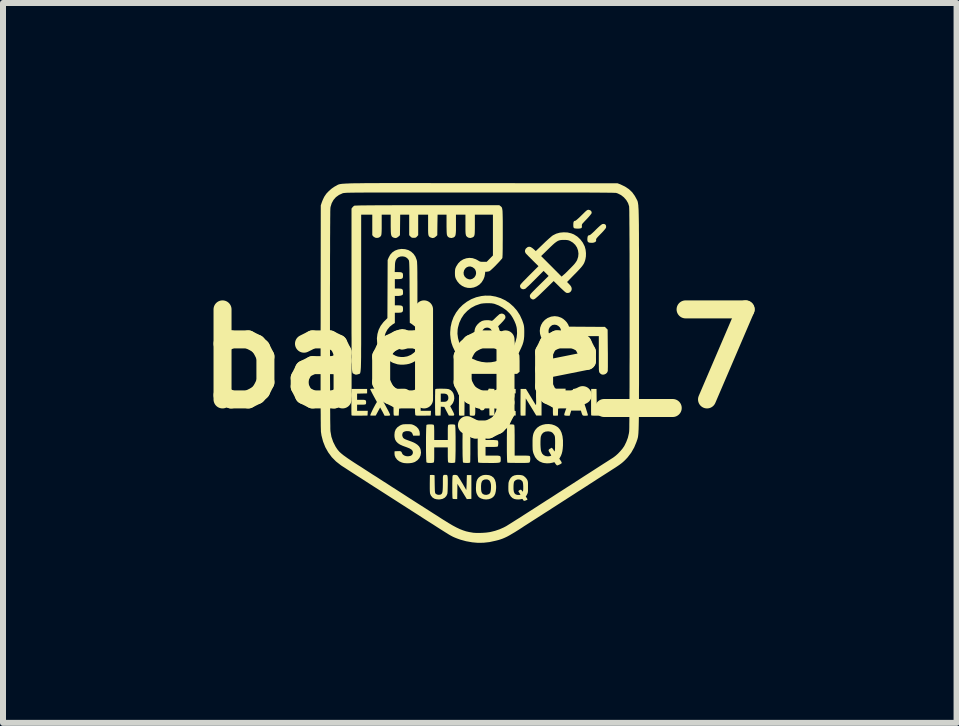
<source format=kicad_pcb>
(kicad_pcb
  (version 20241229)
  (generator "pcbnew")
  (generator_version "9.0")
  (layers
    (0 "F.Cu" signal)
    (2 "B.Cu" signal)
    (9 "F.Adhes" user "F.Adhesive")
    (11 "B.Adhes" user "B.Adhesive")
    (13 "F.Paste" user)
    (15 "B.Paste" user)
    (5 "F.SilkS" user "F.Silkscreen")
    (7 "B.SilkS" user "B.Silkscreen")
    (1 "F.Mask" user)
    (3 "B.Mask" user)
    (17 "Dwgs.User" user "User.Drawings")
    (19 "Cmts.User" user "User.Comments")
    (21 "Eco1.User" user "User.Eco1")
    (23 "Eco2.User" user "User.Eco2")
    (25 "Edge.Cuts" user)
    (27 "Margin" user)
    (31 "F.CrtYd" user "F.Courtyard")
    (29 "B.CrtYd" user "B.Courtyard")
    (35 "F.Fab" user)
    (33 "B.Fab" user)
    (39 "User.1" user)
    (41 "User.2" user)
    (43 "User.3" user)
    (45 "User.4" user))
  (footprint "badge_7"
    (layer "F.Cu")
    (at 4.943 2.926)
    (property "Reference" "badge_7" (at 0 0 0) (layer "F.SilkS") (effects (font (size 1.5 1.5) (thickness 0.3))))
    (attr board_only exclude_from_pos_files exclude_from_bom)
    (fp_poly (pts (xy 1.947 0.685) (xy 1.949 0.868) (xy 2.039 0.87) (xy 2.13 0.872) (xy 2.13 0.909) (xy 2.13 0.947) (xy 1.995 0.949) (xy 1.946 0.949) (xy 1.909 0.949) (xy 1.884 0.948) (xy 1.867 0.947) (xy 1.858 0.944) (xy 1.856 0.942) (xy 1.855 0.933) (xy 1.855 0.912) (xy 1.854 0.881) (xy 1.854 0.842) (xy 1.854 0.796) (xy 1.854 0.744) (xy 1.854 0.718) (xy 1.856 0.503) (xy 1.901 0.503) (xy 1.945 0.503)) (stroke (width 0) (type solid)) (fill yes) (layer "F.SilkS"))
    (fp_poly (pts (xy -0.266 0.501) (xy -0.26 0.506) (xy -0.256 0.514) (xy -0.256 0.525) (xy -0.255 0.547) (xy -0.254 0.58) (xy -0.254 0.62) (xy -0.254 0.667) (xy -0.254 0.719) (xy -0.254 0.738) (xy -0.256 0.947) (xy -0.299 0.949) (xy -0.326 0.949) (xy -0.341 0.946) (xy -0.345 0.942) (xy -0.346 0.933) (xy -0.347 0.912) (xy -0.347 0.881) (xy -0.348 0.842) (xy -0.348 0.796) (xy -0.347 0.744) (xy -0.347 0.718) (xy -0.345 0.503) (xy -0.303 0.5) (xy -0.279 0.5)) (stroke (width 0) (type solid)) (fill yes) (layer "F.SilkS"))
    (fp_poly (pts (xy -1.241 -0.488) (xy -1.198 -0.469) (xy -1.163 -0.441) (xy -1.136 -0.402) (xy -1.124 -0.37) (xy -1.117 -0.325) (xy -1.123 -0.282) (xy -1.14 -0.241) (xy -1.167 -0.206) (xy -1.201 -0.178) (xy -1.243 -0.16) (xy -1.252 -0.158) (xy -1.278 -0.153) (xy -1.298 -0.151) (xy -1.316 -0.154) (xy -1.34 -0.162) (xy -1.346 -0.163) (xy -1.387 -0.184) (xy -1.42 -0.214) (xy -1.444 -0.25) (xy -1.457 -0.291) (xy -1.46 -0.334) (xy -1.452 -0.377) (xy -1.432 -0.418) (xy -1.419 -0.435) (xy -1.384 -0.467) (xy -1.343 -0.486) (xy -1.296 -0.494) (xy -1.289 -0.494)) (stroke (width 0) (type solid)) (fill yes) (layer "F.SilkS"))
    (fp_poly (pts (xy 1.256 0.499) (xy 1.266 0.499) (xy 1.43 0.499) (xy 1.428 0.542) (xy 1.426 0.585) (xy 1.367 0.585) (xy 1.309 0.586) (xy 1.306 0.767) (xy 1.302 0.947) (xy 1.265 0.949) (xy 1.243 0.949) (xy 1.227 0.948) (xy 1.222 0.946) (xy 1.221 0.938) (xy 1.219 0.919) (xy 1.218 0.889) (xy 1.218 0.851) (xy 1.217 0.807) (xy 1.217 0.765) (xy 1.217 0.588) (xy 1.169 0.588) (xy 1.145 0.588) (xy 1.126 0.588) (xy 1.116 0.587) (xy 1.116 0.587) (xy 1.103 0.58) (xy 1.095 0.561) (xy 1.094 0.547) (xy 1.094 0.532) (xy 1.095 0.521) (xy 1.098 0.512) (xy 1.105 0.507) (xy 1.118 0.503) (xy 1.138 0.5) (xy 1.166 0.499) (xy 1.205 0.499)) (stroke (width 0) (type solid)) (fill yes) (layer "F.SilkS"))
    (fp_poly (pts (xy 2.089 -2.238) (xy 2.102 -2.221) (xy 2.105 -2.196) (xy 2.103 -2.183) (xy 2.096 -2.171) (xy 2.081 -2.152) (xy 2.059 -2.126) (xy 2.031 -2.096) (xy 2.016 -2.081) (xy 1.986 -2.05) (xy 1.964 -2.027) (xy 1.95 -2.01) (xy 1.941 -1.998) (xy 1.938 -1.99) (xy 1.938 -1.982) (xy 1.938 -1.982) (xy 1.938 -1.961) (xy 1.925 -1.945) (xy 1.901 -1.935) (xy 1.88 -1.931) (xy 1.854 -1.931) (xy 1.83 -1.933) (xy 1.82 -1.935) (xy 1.804 -1.944) (xy 1.795 -1.958) (xy 1.792 -1.981) (xy 1.793 -2.011) (xy 1.798 -2.037) (xy 1.807 -2.052) (xy 1.823 -2.058) (xy 1.829 -2.058) (xy 1.839 -2.063) (xy 1.857 -2.077) (xy 1.883 -2.1) (xy 1.914 -2.129) (xy 1.931 -2.147) (xy 1.965 -2.18) (xy 1.994 -2.207) (xy 2.018 -2.227) (xy 2.036 -2.24) (xy 2.042 -2.243) (xy 2.068 -2.246)) (stroke (width 0) (type solid)) (fill yes) (layer "F.SilkS"))
    (fp_poly (pts (xy -1.877 0.54) (xy -1.877 0.578) (xy -1.961 0.58) (xy -2.044 0.582) (xy -2.044 0.633) (xy -2.044 0.684) (xy -1.977 0.684) (xy -1.942 0.684) (xy -1.918 0.687) (xy -1.904 0.692) (xy -1.897 0.701) (xy -1.894 0.716) (xy -1.894 0.722) (xy -1.894 0.741) (xy -1.897 0.753) (xy -1.905 0.761) (xy -1.921 0.764) (xy -1.945 0.766) (xy -1.973 0.766) (xy -2.044 0.766) (xy -2.044 0.817) (xy -2.044 0.868) (xy -1.955 0.868) (xy -1.866 0.868) (xy -1.868 0.908) (xy -1.87 0.947) (xy -2.002 0.949) (xy -2.05 0.949) (xy -2.086 0.949) (xy -2.111 0.948) (xy -2.127 0.947) (xy -2.135 0.944) (xy -2.137 0.942) (xy -2.138 0.933) (xy -2.138 0.912) (xy -2.139 0.881) (xy -2.139 0.842) (xy -2.139 0.796) (xy -2.139 0.744) (xy -2.138 0.718) (xy -2.137 0.503) (xy -2.007 0.503) (xy -1.877 0.503)) (stroke (width 0) (type solid)) (fill yes) (layer "F.SilkS"))
    (fp_poly (pts (xy 0.987 0.501) (xy 1.029 0.503) (xy 1.029 0.725) (xy 1.029 0.947) (xy 0.985 0.947) (xy 0.941 0.947) (xy 0.854 0.804) (xy 0.766 0.661) (xy 0.764 0.804) (xy 0.762 0.947) (xy 0.723 0.949) (xy 0.697 0.949) (xy 0.683 0.946) (xy 0.68 0.942) (xy 0.679 0.933) (xy 0.679 0.912) (xy 0.678 0.881) (xy 0.678 0.842) (xy 0.678 0.796) (xy 0.678 0.744) (xy 0.678 0.718) (xy 0.68 0.503) (xy 0.725 0.503) (xy 0.769 0.503) (xy 0.846 0.629) (xy 0.869 0.667) (xy 0.89 0.702) (xy 0.908 0.731) (xy 0.921 0.753) (xy 0.93 0.766) (xy 0.931 0.768) (xy 0.934 0.771) (xy 0.937 0.767) (xy 0.938 0.757) (xy 0.939 0.737) (xy 0.939 0.706) (xy 0.938 0.663) (xy 0.938 0.662) (xy 0.937 0.622) (xy 0.937 0.584) (xy 0.938 0.553) (xy 0.939 0.53) (xy 0.94 0.521) (xy 0.944 0.498)) (stroke (width 0) (type solid)) (fill yes) (layer "F.SilkS"))
    (fp_poly (pts (xy 1.816 -2.481) (xy 1.84 -2.473) (xy 1.857 -2.458) (xy 1.864 -2.437) (xy 1.863 -2.424) (xy 1.856 -2.413) (xy 1.841 -2.393) (xy 1.82 -2.368) (xy 1.793 -2.338) (xy 1.778 -2.322) (xy 1.749 -2.292) (xy 1.728 -2.269) (xy 1.713 -2.253) (xy 1.705 -2.241) (xy 1.701 -2.231) (xy 1.7 -2.222) (xy 1.701 -2.212) (xy 1.701 -2.192) (xy 1.696 -2.18) (xy 1.692 -2.176) (xy 1.677 -2.171) (xy 1.654 -2.168) (xy 1.627 -2.167) (xy 1.6 -2.169) (xy 1.579 -2.172) (xy 1.57 -2.176) (xy 1.563 -2.185) (xy 1.559 -2.199) (xy 1.558 -2.224) (xy 1.558 -2.231) (xy 1.559 -2.263) (xy 1.565 -2.284) (xy 1.575 -2.295) (xy 1.588 -2.297) (xy 1.599 -2.302) (xy 1.618 -2.317) (xy 1.645 -2.341) (xy 1.68 -2.374) (xy 1.696 -2.39) (xy 1.729 -2.422) (xy 1.753 -2.446) (xy 1.771 -2.462) (xy 1.785 -2.473) (xy 1.795 -2.478) (xy 1.804 -2.481) (xy 1.813 -2.481)) (stroke (width 0) (type solid)) (fill yes) (layer "F.SilkS"))
    (fp_poly (pts (xy -0.199 1.094) (xy -0.178 1.096) (xy -0.166 1.099) (xy -0.164 1.104) (xy -0.162 1.116) (xy -0.161 1.136) (xy -0.16 1.165) (xy -0.159 1.203) (xy -0.158 1.252) (xy -0.157 1.313) (xy -0.157 1.386) (xy -0.157 1.414) (xy -0.157 1.477) (xy -0.157 1.537) (xy -0.157 1.591) (xy -0.158 1.638) (xy -0.158 1.677) (xy -0.159 1.706) (xy -0.16 1.724) (xy -0.161 1.73) (xy -0.17 1.733) (xy -0.188 1.736) (xy -0.212 1.737) (xy -0.237 1.736) (xy -0.259 1.734) (xy -0.275 1.731) (xy -0.279 1.728) (xy -0.281 1.72) (xy -0.283 1.699) (xy -0.284 1.668) (xy -0.286 1.628) (xy -0.287 1.582) (xy -0.287 1.53) (xy -0.288 1.475) (xy -0.288 1.418) (xy -0.288 1.361) (xy -0.287 1.306) (xy -0.287 1.254) (xy -0.286 1.207) (xy -0.284 1.166) (xy -0.283 1.134) (xy -0.281 1.113) (xy -0.279 1.102) (xy -0.279 1.102) (xy -0.268 1.098) (xy -0.248 1.095) (xy -0.224 1.094)) (stroke (width 0) (type solid)) (fill yes) (layer "F.SilkS"))
    (fp_poly (pts (xy 0.598 0.54) (xy 0.598 0.578) (xy 0.514 0.58) (xy 0.431 0.582) (xy 0.431 0.633) (xy 0.431 0.684) (xy 0.499 0.684) (xy 0.53 0.684) (xy 0.551 0.685) (xy 0.563 0.687) (xy 0.569 0.691) (xy 0.573 0.698) (xy 0.575 0.702) (xy 0.578 0.721) (xy 0.577 0.743) (xy 0.573 0.766) (xy 0.503 0.766) (xy 0.473 0.766) (xy 0.45 0.767) (xy 0.434 0.768) (xy 0.43 0.769) (xy 0.429 0.776) (xy 0.429 0.794) (xy 0.43 0.818) (xy 0.43 0.82) (xy 0.432 0.868) (xy 0.515 0.87) (xy 0.598 0.872) (xy 0.598 0.909) (xy 0.598 0.947) (xy 0.47 0.949) (xy 0.423 0.949) (xy 0.387 0.949) (xy 0.363 0.948) (xy 0.347 0.946) (xy 0.34 0.944) (xy 0.338 0.942) (xy 0.337 0.933) (xy 0.337 0.912) (xy 0.336 0.881) (xy 0.336 0.842) (xy 0.336 0.796) (xy 0.336 0.744) (xy 0.337 0.718) (xy 0.338 0.503) (xy 0.468 0.503) (xy 0.598 0.503)) (stroke (width 0) (type solid)) (fill yes) (layer "F.SilkS"))
    (fp_poly (pts (xy -0.395 1.937) (xy -0.378 1.942) (xy -0.375 1.943) (xy -0.368 1.952) (xy -0.356 1.969) (xy -0.34 1.994) (xy -0.321 2.024) (xy -0.301 2.057) (xy -0.281 2.09) (xy -0.263 2.122) (xy -0.247 2.149) (xy -0.235 2.17) (xy -0.231 2.179) (xy -0.228 2.184) (xy -0.225 2.182) (xy -0.223 2.173) (xy -0.222 2.155) (xy -0.221 2.126) (xy -0.219 2.086) (xy -0.219 2.068) (xy -0.215 1.938) (xy -0.178 1.938) (xy -0.14 1.938) (xy -0.14 2.137) (xy -0.14 2.335) (xy -0.178 2.337) (xy -0.216 2.339) (xy -0.294 2.211) (xy -0.373 2.084) (xy -0.374 2.211) (xy -0.376 2.338) (xy -0.413 2.338) (xy -0.437 2.337) (xy -0.45 2.333) (xy -0.454 2.327) (xy -0.455 2.318) (xy -0.456 2.297) (xy -0.457 2.266) (xy -0.458 2.227) (xy -0.458 2.181) (xy -0.458 2.134) (xy -0.458 2.074) (xy -0.457 2.026) (xy -0.456 1.99) (xy -0.455 1.965) (xy -0.452 1.95) (xy -0.45 1.943) (xy -0.437 1.937) (xy -0.416 1.935)) (stroke (width 0) (type solid)) (fill yes) (layer "F.SilkS"))
    (fp_poly (pts (xy -0.96 0.5) (xy -0.939 0.501) (xy -0.817 0.503) (xy -0.817 0.54) (xy -0.817 0.578) (xy -0.901 0.58) (xy -0.985 0.582) (xy -0.985 0.633) (xy -0.985 0.684) (xy -0.913 0.684) (xy -0.88 0.684) (xy -0.857 0.686) (xy -0.844 0.69) (xy -0.837 0.698) (xy -0.834 0.711) (xy -0.834 0.725) (xy -0.835 0.742) (xy -0.838 0.754) (xy -0.846 0.761) (xy -0.862 0.764) (xy -0.887 0.766) (xy -0.913 0.766) (xy -0.985 0.766) (xy -0.985 0.817) (xy -0.985 0.868) (xy -0.899 0.868) (xy -0.813 0.868) (xy -0.815 0.908) (xy -0.817 0.947) (xy -0.94 0.949) (xy -0.989 0.949) (xy -1.025 0.949) (xy -1.05 0.948) (xy -1.065 0.945) (xy -1.072 0.942) (xy -1.075 0.933) (xy -1.077 0.912) (xy -1.079 0.882) (xy -1.08 0.844) (xy -1.081 0.801) (xy -1.081 0.754) (xy -1.081 0.706) (xy -1.081 0.659) (xy -1.08 0.615) (xy -1.078 0.576) (xy -1.076 0.543) (xy -1.074 0.52) (xy -1.072 0.508) (xy -1.071 0.507) (xy -1.061 0.503) (xy -1.04 0.501) (xy -1.006 0.5)) (stroke (width 0) (type solid)) (fill yes) (layer "F.SilkS"))
    (fp_poly (pts (xy -1.265 0.5) (xy -1.245 0.501) (xy -1.23 0.504) (xy -1.217 0.508) (xy -1.205 0.514) (xy -1.203 0.515) (xy -1.18 0.531) (xy -1.158 0.552) (xy -1.152 0.56) (xy -1.141 0.578) (xy -1.134 0.596) (xy -1.131 0.619) (xy -1.129 0.639) (xy -1.13 0.683) (xy -1.137 0.718) (xy -1.151 0.747) (xy -1.164 0.763) (xy -1.186 0.785) (xy -1.209 0.799) (xy -1.238 0.808) (xy -1.275 0.813) (xy -1.285 0.814) (xy -1.343 0.817) (xy -1.347 0.882) (xy -1.35 0.947) (xy -1.388 0.949) (xy -1.41 0.949) (xy -1.427 0.947) (xy -1.432 0.944) (xy -1.434 0.935) (xy -1.436 0.913) (xy -1.437 0.878) (xy -1.437 0.832) (xy -1.437 0.773) (xy -1.436 0.72) (xy -1.434 0.588) (xy -1.343 0.588) (xy -1.341 0.66) (xy -1.339 0.732) (xy -1.299 0.732) (xy -1.276 0.731) (xy -1.261 0.727) (xy -1.25 0.719) (xy -1.242 0.711) (xy -1.228 0.685) (xy -1.223 0.655) (xy -1.228 0.625) (xy -1.238 0.606) (xy -1.247 0.596) (xy -1.258 0.591) (xy -1.274 0.588) (xy -1.298 0.588) (xy -1.343 0.588) (xy -1.434 0.588) (xy -1.432 0.503) (xy -1.333 0.501) (xy -1.294 0.5)) (stroke (width 0) (type solid)) (fill yes) (layer "F.SilkS"))
    (fp_poly (pts (xy 0.544 1.095) (xy 0.564 1.098) (xy 0.573 1.102) (xy 0.575 1.108) (xy 0.577 1.122) (xy 0.579 1.145) (xy 0.58 1.178) (xy 0.58 1.221) (xy 0.581 1.276) (xy 0.581 1.344) (xy 0.581 1.362) (xy 0.581 1.614) (xy 0.703 1.614) (xy 0.753 1.614) (xy 0.79 1.615) (xy 0.815 1.617) (xy 0.829 1.62) (xy 0.833 1.622) (xy 0.838 1.635) (xy 0.841 1.656) (xy 0.841 1.681) (xy 0.838 1.704) (xy 0.833 1.721) (xy 0.83 1.726) (xy 0.825 1.729) (xy 0.817 1.732) (xy 0.803 1.734) (xy 0.783 1.735) (xy 0.755 1.736) (xy 0.717 1.736) (xy 0.667 1.736) (xy 0.644 1.736) (xy 0.596 1.736) (xy 0.552 1.735) (xy 0.515 1.735) (xy 0.486 1.734) (xy 0.467 1.733) (xy 0.46 1.732) (xy 0.458 1.725) (xy 0.456 1.705) (xy 0.454 1.675) (xy 0.453 1.637) (xy 0.452 1.591) (xy 0.451 1.541) (xy 0.451 1.486) (xy 0.451 1.429) (xy 0.451 1.372) (xy 0.451 1.317) (xy 0.452 1.264) (xy 0.452 1.216) (xy 0.454 1.174) (xy 0.455 1.141) (xy 0.457 1.117) (xy 0.459 1.104) (xy 0.459 1.102) (xy 0.471 1.098) (xy 0.492 1.095) (xy 0.516 1.094)) (stroke (width 0) (type solid)) (fill yes) (layer "F.SilkS"))
    (fp_poly (pts (xy -1.708 0.542) (xy -1.694 0.567) (xy -1.681 0.591) (xy -1.672 0.607) (xy -1.661 0.63) (xy -1.643 0.597) (xy -1.629 0.57) (xy -1.613 0.541) (xy -1.608 0.532) (xy -1.59 0.499) (xy -1.544 0.499) (xy -1.52 0.5) (xy -1.503 0.502) (xy -1.495 0.505) (xy -1.497 0.512) (xy -1.504 0.53) (xy -1.517 0.555) (xy -1.533 0.586) (xy -1.549 0.614) (xy -1.606 0.717) (xy -1.548 0.824) (xy -1.529 0.859) (xy -1.513 0.89) (xy -1.501 0.916) (xy -1.494 0.933) (xy -1.493 0.94) (xy -1.5 0.946) (xy -1.516 0.949) (xy -1.541 0.95) (xy -1.586 0.95) (xy -1.606 0.911) (xy -1.62 0.884) (xy -1.635 0.857) (xy -1.643 0.842) (xy -1.66 0.812) (xy -1.697 0.88) (xy -1.733 0.947) (xy -1.774 0.948) (xy -1.798 0.948) (xy -1.816 0.947) (xy -1.824 0.946) (xy -1.824 0.939) (xy -1.818 0.922) (xy -1.807 0.897) (xy -1.792 0.865) (xy -1.774 0.828) (xy -1.753 0.789) (xy -1.731 0.749) (xy -1.726 0.742) (xy -1.714 0.721) (xy -1.77 0.618) (xy -1.788 0.584) (xy -1.804 0.553) (xy -1.816 0.529) (xy -1.824 0.513) (xy -1.826 0.507) (xy -1.819 0.502) (xy -1.799 0.5) (xy -1.779 0.499) (xy -1.733 0.499)) (stroke (width 0) (type solid)) (fill yes) (layer "F.SilkS"))
    (fp_poly (pts (xy -0.574 1.935) (xy -0.561 1.935) (xy -0.551 1.936) (xy -0.544 1.941) (xy -0.539 1.95) (xy -0.536 1.965) (xy -0.534 1.988) (xy -0.533 2.021) (xy -0.533 2.066) (xy -0.533 2.084) (xy -0.534 2.129) (xy -0.535 2.17) (xy -0.536 2.205) (xy -0.538 2.233) (xy -0.54 2.249) (xy -0.54 2.251) (xy -0.557 2.287) (xy -0.584 2.316) (xy -0.62 2.335) (xy -0.664 2.344) (xy -0.684 2.345) (xy -0.724 2.341) (xy -0.756 2.332) (xy -0.789 2.311) (xy -0.814 2.28) (xy -0.827 2.251) (xy -0.83 2.234) (xy -0.832 2.205) (xy -0.833 2.166) (xy -0.833 2.117) (xy -0.833 2.082) (xy -0.831 1.938) (xy -0.808 1.936) (xy -0.786 1.936) (xy -0.769 1.938) (xy -0.753 1.942) (xy -0.751 2.089) (xy -0.75 2.137) (xy -0.749 2.174) (xy -0.748 2.201) (xy -0.746 2.22) (xy -0.744 2.233) (xy -0.741 2.241) (xy -0.737 2.247) (xy -0.735 2.249) (xy -0.713 2.263) (xy -0.686 2.268) (xy -0.658 2.265) (xy -0.654 2.264) (xy -0.642 2.257) (xy -0.633 2.248) (xy -0.626 2.234) (xy -0.621 2.213) (xy -0.618 2.184) (xy -0.616 2.145) (xy -0.615 2.095) (xy -0.615 2.076) (xy -0.615 2.029) (xy -0.615 1.993) (xy -0.614 1.968) (xy -0.611 1.952) (xy -0.606 1.942) (xy -0.599 1.937) (xy -0.589 1.935) (xy -0.576 1.935)) (stroke (width 0) (type solid)) (fill yes) (layer "F.SilkS"))
    (fp_poly (pts (xy 0.106 1.935) (xy 0.156 1.94) (xy 0.196 1.956) (xy 0.229 1.981) (xy 0.252 2.017) (xy 0.266 2.063) (xy 0.272 2.12) (xy 0.272 2.157) (xy 0.267 2.207) (xy 0.258 2.247) (xy 0.244 2.278) (xy 0.223 2.304) (xy 0.221 2.306) (xy 0.189 2.327) (xy 0.15 2.34) (xy 0.106 2.345) (xy 0.063 2.341) (xy 0.024 2.329) (xy -0.003 2.315) (xy -0.022 2.299) (xy -0.037 2.277) (xy -0.049 2.253) (xy -0.056 2.235) (xy -0.06 2.216) (xy -0.063 2.194) (xy -0.064 2.163) (xy -0.064 2.143) (xy -0.063 2.137) (xy 0.021 2.137) (xy 0.022 2.18) (xy 0.026 2.211) (xy 0.035 2.234) (xy 0.047 2.25) (xy 0.057 2.257) (xy 0.084 2.267) (xy 0.114 2.268) (xy 0.143 2.26) (xy 0.162 2.248) (xy 0.172 2.235) (xy 0.178 2.219) (xy 0.183 2.194) (xy 0.185 2.18) (xy 0.187 2.147) (xy 0.187 2.114) (xy 0.185 2.089) (xy 0.175 2.053) (xy 0.158 2.027) (xy 0.132 2.013) (xy 0.108 2.01) (xy 0.076 2.014) (xy 0.052 2.025) (xy 0.035 2.045) (xy 0.025 2.075) (xy 0.021 2.117) (xy 0.021 2.137) (xy -0.063 2.137) (xy -0.061 2.088) (xy -0.054 2.044) (xy -0.04 2.009) (xy -0.02 1.982) (xy 0.007 1.961) (xy 0.022 1.953) (xy 0.047 1.942) (xy 0.072 1.937) (xy 0.103 1.935)) (stroke (width 0) (type solid)) (fill yes) (layer "F.SilkS"))
    (fp_poly (pts (xy -0.601 0.5) (xy -0.564 0.501) (xy -0.536 0.504) (xy -0.517 0.507) (xy -0.484 0.524) (xy -0.457 0.55) (xy -0.438 0.583) (xy -0.428 0.621) (xy -0.425 0.662) (xy -0.432 0.701) (xy -0.448 0.739) (xy -0.469 0.767) (xy -0.493 0.791) (xy -0.457 0.859) (xy -0.439 0.894) (xy -0.429 0.919) (xy -0.426 0.935) (xy -0.431 0.945) (xy -0.444 0.949) (xy -0.466 0.949) (xy -0.473 0.949) (xy -0.516 0.947) (xy -0.554 0.875) (xy -0.591 0.803) (xy -0.62 0.801) (xy -0.649 0.799) (xy -0.651 0.873) (xy -0.653 0.947) (xy -0.694 0.949) (xy -0.717 0.949) (xy -0.734 0.948) (xy -0.74 0.946) (xy -0.742 0.938) (xy -0.743 0.919) (xy -0.744 0.89) (xy -0.744 0.853) (xy -0.745 0.811) (xy -0.745 0.765) (xy -0.745 0.717) (xy -0.745 0.67) (xy -0.745 0.65) (xy -0.65 0.65) (xy -0.65 0.718) (xy -0.606 0.718) (xy -0.577 0.717) (xy -0.558 0.712) (xy -0.545 0.704) (xy -0.529 0.684) (xy -0.523 0.656) (xy -0.527 0.626) (xy -0.529 0.619) (xy -0.541 0.6) (xy -0.558 0.588) (xy -0.584 0.582) (xy -0.612 0.581) (xy -0.65 0.581) (xy -0.65 0.65) (xy -0.745 0.65) (xy -0.745 0.626) (xy -0.744 0.586) (xy -0.744 0.552) (xy -0.743 0.527) (xy -0.742 0.512) (xy -0.741 0.51) (xy -0.738 0.506) (xy -0.729 0.503) (xy -0.715 0.501) (xy -0.691 0.5) (xy -0.657 0.499) (xy -0.641 0.499)) (stroke (width 0) (type solid)) (fill yes) (layer "F.SilkS"))
    (fp_poly (pts (xy 0.196 0.501) (xy 0.243 0.503) (xy 0.243 0.725) (xy 0.243 0.947) (xy 0.202 0.947) (xy 0.161 0.947) (xy 0.159 0.811) (xy 0.157 0.675) (xy 0.117 0.758) (xy 0.101 0.79) (xy 0.087 0.818) (xy 0.076 0.839) (xy 0.069 0.851) (xy 0.068 0.852) (xy 0.053 0.859) (xy 0.035 0.86) (xy 0.025 0.859) (xy 0.017 0.856) (xy 0.01 0.849) (xy 0.001 0.837) (xy -0.01 0.817) (xy -0.025 0.788) (xy -0.034 0.769) (xy -0.079 0.68) (xy -0.076 0.798) (xy -0.075 0.848) (xy -0.075 0.885) (xy -0.076 0.912) (xy -0.079 0.93) (xy -0.083 0.942) (xy -0.091 0.948) (xy -0.102 0.95) (xy -0.116 0.95) (xy -0.122 0.95) (xy -0.149 0.949) (xy -0.163 0.945) (xy -0.166 0.942) (xy -0.167 0.932) (xy -0.168 0.911) (xy -0.168 0.881) (xy -0.169 0.843) (xy -0.169 0.8) (xy -0.17 0.754) (xy -0.17 0.706) (xy -0.17 0.66) (xy -0.17 0.617) (xy -0.169 0.579) (xy -0.169 0.548) (xy -0.168 0.527) (xy -0.167 0.518) (xy -0.164 0.508) (xy -0.159 0.502) (xy -0.147 0.5) (xy -0.126 0.499) (xy -0.119 0.499) (xy -0.074 0.499) (xy -0.017 0.617) (xy 0.003 0.657) (xy 0.018 0.687) (xy 0.029 0.707) (xy 0.036 0.718) (xy 0.041 0.723) (xy 0.045 0.722) (xy 0.047 0.718) (xy 0.052 0.706) (xy 0.062 0.684) (xy 0.075 0.655) (xy 0.091 0.622) (xy 0.102 0.6) (xy 0.15 0.498)) (stroke (width 0) (type solid)) (fill yes) (layer "F.SilkS"))
    (fp_poly (pts (xy 1.61 0.501) (xy 1.658 0.503) (xy 1.731 0.718) (xy 1.749 0.77) (xy 1.765 0.817) (xy 1.778 0.86) (xy 1.789 0.895) (xy 1.797 0.921) (xy 1.801 0.937) (xy 1.802 0.942) (xy 1.793 0.947) (xy 1.771 0.95) (xy 1.758 0.95) (xy 1.734 0.95) (xy 1.719 0.946) (xy 1.709 0.937) (xy 1.702 0.919) (xy 1.695 0.899) (xy 1.685 0.865) (xy 1.604 0.865) (xy 1.523 0.865) (xy 1.51 0.908) (xy 1.497 0.95) (xy 1.457 0.95) (xy 1.435 0.949) (xy 1.417 0.946) (xy 1.41 0.943) (xy 1.407 0.934) (xy 1.409 0.919) (xy 1.417 0.894) (xy 1.419 0.89) (xy 1.425 0.87) (xy 1.436 0.841) (xy 1.449 0.803) (xy 1.457 0.778) (xy 1.552 0.778) (xy 1.558 0.779) (xy 1.575 0.779) (xy 1.599 0.779) (xy 1.603 0.779) (xy 1.628 0.779) (xy 1.646 0.778) (xy 1.654 0.776) (xy 1.655 0.775) (xy 1.653 0.768) (xy 1.648 0.75) (xy 1.641 0.726) (xy 1.633 0.699) (xy 1.624 0.671) (xy 1.617 0.647) (xy 1.611 0.629) (xy 1.609 0.622) (xy 1.606 0.626) (xy 1.6 0.639) (xy 1.591 0.66) (xy 1.582 0.685) (xy 1.572 0.712) (xy 1.563 0.738) (xy 1.557 0.76) (xy 1.553 0.775) (xy 1.552 0.778) (xy 1.457 0.778) (xy 1.464 0.759) (xy 1.48 0.712) (xy 1.491 0.68) (xy 1.506 0.635) (xy 1.521 0.594) (xy 1.534 0.559) (xy 1.544 0.531) (xy 1.551 0.514) (xy 1.554 0.507) (xy 1.565 0.502) (xy 1.587 0.5)) (stroke (width 0) (type solid)) (fill yes) (layer "F.SilkS"))
    (fp_poly (pts (xy 0.385 -0.749) (xy 0.407 -0.737) (xy 0.422 -0.719) (xy 0.428 -0.695) (xy 0.424 -0.673) (xy 0.416 -0.661) (xy 0.401 -0.641) (xy 0.381 -0.618) (xy 0.362 -0.598) (xy 0.306 -0.541) (xy 0.322 -0.5) (xy 0.333 -0.45) (xy 0.332 -0.4) (xy 0.319 -0.352) (xy 0.295 -0.309) (xy 0.261 -0.272) (xy 0.219 -0.243) (xy 0.209 -0.239) (xy 0.166 -0.226) (xy 0.12 -0.221) (xy 0.075 -0.224) (xy 0.051 -0.231) (xy 0.005 -0.254) (xy -0.034 -0.287) (xy -0.063 -0.328) (xy -0.082 -0.374) (xy -0.09 -0.425) (xy -0.09 -0.428) (xy 0.036 -0.428) (xy 0.043 -0.399) (xy 0.061 -0.373) (xy 0.088 -0.353) (xy 0.092 -0.352) (xy 0.107 -0.345) (xy 0.117 -0.343) (xy 0.128 -0.344) (xy 0.145 -0.349) (xy 0.174 -0.363) (xy 0.195 -0.386) (xy 0.207 -0.415) (xy 0.208 -0.445) (xy 0.2 -0.47) (xy 0.18 -0.496) (xy 0.153 -0.513) (xy 0.122 -0.519) (xy 0.091 -0.513) (xy 0.077 -0.506) (xy 0.053 -0.484) (xy 0.039 -0.457) (xy 0.036 -0.428) (xy -0.09 -0.428) (xy -0.086 -0.477) (xy -0.077 -0.51) (xy -0.061 -0.542) (xy -0.036 -0.574) (xy -0.005 -0.603) (xy 0.028 -0.624) (xy 0.044 -0.631) (xy 0.076 -0.639) (xy 0.114 -0.642) (xy 0.151 -0.641) (xy 0.181 -0.636) (xy 0.184 -0.635) (xy 0.194 -0.632) (xy 0.203 -0.632) (xy 0.212 -0.636) (xy 0.225 -0.646) (xy 0.243 -0.663) (xy 0.262 -0.682) (xy 0.286 -0.705) (xy 0.308 -0.724) (xy 0.324 -0.739) (xy 0.333 -0.744) (xy 0.36 -0.752)) (stroke (width 0) (type solid)) (fill yes) (layer "F.SilkS"))
    (fp_poly (pts (xy 0.237 1.094) (xy 0.274 1.095) (xy 0.303 1.096) (xy 0.324 1.098) (xy 0.334 1.1) (xy 0.338 1.108) (xy 0.341 1.126) (xy 0.341 1.156) (xy 0.34 1.159) (xy 0.338 1.214) (xy 0.217 1.215) (xy 0.096 1.217) (xy 0.096 1.286) (xy 0.096 1.354) (xy 0.188 1.354) (xy 0.224 1.354) (xy 0.255 1.356) (xy 0.279 1.358) (xy 0.293 1.36) (xy 0.294 1.361) (xy 0.302 1.367) (xy 0.306 1.379) (xy 0.308 1.399) (xy 0.308 1.411) (xy 0.306 1.435) (xy 0.303 1.454) (xy 0.299 1.462) (xy 0.289 1.466) (xy 0.267 1.468) (xy 0.233 1.47) (xy 0.193 1.47) (xy 0.096 1.47) (xy 0.096 1.542) (xy 0.096 1.614) (xy 0.215 1.614) (xy 0.261 1.614) (xy 0.295 1.614) (xy 0.319 1.617) (xy 0.334 1.621) (xy 0.343 1.629) (xy 0.347 1.641) (xy 0.349 1.658) (xy 0.349 1.678) (xy 0.349 1.695) (xy 0.347 1.708) (xy 0.344 1.719) (xy 0.336 1.726) (xy 0.322 1.731) (xy 0.302 1.734) (xy 0.273 1.736) (xy 0.234 1.737) (xy 0.184 1.737) (xy 0.155 1.737) (xy 0.096 1.736) (xy 0.05 1.736) (xy 0.016 1.735) (xy -0.007 1.733) (xy -0.021 1.731) (xy -0.026 1.728) (xy -0.028 1.72) (xy -0.03 1.699) (xy -0.031 1.668) (xy -0.033 1.628) (xy -0.034 1.582) (xy -0.034 1.53) (xy -0.035 1.475) (xy -0.035 1.418) (xy -0.035 1.361) (xy -0.034 1.306) (xy -0.034 1.254) (xy -0.033 1.207) (xy -0.031 1.166) (xy -0.03 1.134) (xy -0.028 1.113) (xy -0.026 1.102) (xy -0.026 1.102) (xy -0.017 1.1) (xy 0.003 1.098) (xy 0.033 1.096) (xy 0.069 1.095) (xy 0.11 1.094) (xy 0.153 1.094) (xy 0.196 1.094)) (stroke (width 0) (type solid)) (fill yes) (layer "F.SilkS"))
    (fp_poly (pts (xy -0.441 1.095) (xy -0.42 1.098) (xy -0.412 1.102) (xy -0.41 1.111) (xy -0.408 1.132) (xy -0.406 1.163) (xy -0.405 1.202) (xy -0.404 1.249) (xy -0.403 1.3) (xy -0.403 1.355) (xy -0.403 1.412) (xy -0.403 1.469) (xy -0.403 1.525) (xy -0.404 1.577) (xy -0.405 1.624) (xy -0.406 1.664) (xy -0.408 1.696) (xy -0.409 1.718) (xy -0.411 1.728) (xy -0.412 1.728) (xy -0.423 1.733) (xy -0.445 1.736) (xy -0.468 1.737) (xy -0.496 1.735) (xy -0.516 1.732) (xy -0.525 1.728) (xy -0.528 1.72) (xy -0.531 1.701) (xy -0.532 1.67) (xy -0.533 1.627) (xy -0.533 1.599) (xy -0.533 1.477) (xy -0.646 1.477) (xy -0.759 1.477) (xy -0.759 1.599) (xy -0.759 1.648) (xy -0.76 1.685) (xy -0.762 1.711) (xy -0.765 1.725) (xy -0.767 1.728) (xy -0.779 1.733) (xy -0.801 1.736) (xy -0.827 1.737) (xy -0.857 1.736) (xy -0.878 1.732) (xy -0.887 1.728) (xy -0.89 1.72) (xy -0.891 1.699) (xy -0.893 1.668) (xy -0.894 1.628) (xy -0.895 1.582) (xy -0.896 1.53) (xy -0.896 1.475) (xy -0.896 1.418) (xy -0.896 1.361) (xy -0.896 1.306) (xy -0.895 1.254) (xy -0.894 1.207) (xy -0.893 1.166) (xy -0.891 1.134) (xy -0.89 1.113) (xy -0.888 1.102) (xy -0.887 1.102) (xy -0.876 1.098) (xy -0.854 1.095) (xy -0.827 1.094) (xy -0.798 1.095) (xy -0.777 1.098) (xy -0.767 1.102) (xy -0.764 1.111) (xy -0.761 1.13) (xy -0.76 1.161) (xy -0.759 1.203) (xy -0.759 1.232) (xy -0.759 1.354) (xy -0.646 1.354) (xy -0.533 1.354) (xy -0.533 1.232) (xy -0.533 1.182) (xy -0.532 1.145) (xy -0.53 1.12) (xy -0.527 1.106) (xy -0.525 1.102) (xy -0.514 1.098) (xy -0.492 1.095) (xy -0.468 1.094)) (stroke (width 0) (type solid)) (fill yes) (layer "F.SilkS"))
    (fp_poly (pts (xy -1.172 1.091) (xy -1.148 1.092) (xy -1.129 1.095) (xy -1.113 1.101) (xy -1.094 1.109) (xy -1.092 1.11) (xy -1.053 1.135) (xy -1.023 1.168) (xy -1.005 1.206) (xy -0.999 1.247) (xy -0.999 1.258) (xy -1.002 1.282) (xy -1.056 1.282) (xy -1.11 1.282) (xy -1.118 1.259) (xy -1.127 1.239) (xy -1.14 1.224) (xy -1.141 1.223) (xy -1.164 1.211) (xy -1.194 1.206) (xy -1.225 1.206) (xy -1.253 1.213) (xy -1.275 1.225) (xy -1.282 1.232) (xy -1.291 1.257) (xy -1.291 1.285) (xy -1.28 1.312) (xy -1.275 1.319) (xy -1.262 1.331) (xy -1.242 1.342) (xy -1.214 1.353) (xy -1.191 1.361) (xy -1.129 1.384) (xy -1.079 1.407) (xy -1.041 1.432) (xy -1.013 1.459) (xy -0.994 1.49) (xy -0.985 1.517) (xy -0.979 1.566) (xy -0.987 1.612) (xy -1.006 1.654) (xy -1.037 1.69) (xy -1.078 1.718) (xy -1.091 1.724) (xy -1.127 1.735) (xy -1.171 1.741) (xy -1.218 1.742) (xy -1.264 1.738) (xy -1.296 1.73) (xy -1.341 1.71) (xy -1.377 1.682) (xy -1.403 1.648) (xy -1.418 1.61) (xy -1.421 1.572) (xy -1.419 1.542) (xy -1.368 1.54) (xy -1.339 1.539) (xy -1.32 1.542) (xy -1.308 1.549) (xy -1.3 1.562) (xy -1.296 1.574) (xy -1.282 1.596) (xy -1.259 1.612) (xy -1.229 1.623) (xy -1.196 1.626) (xy -1.164 1.621) (xy -1.152 1.618) (xy -1.129 1.603) (xy -1.117 1.581) (xy -1.114 1.558) (xy -1.12 1.535) (xy -1.138 1.514) (xy -1.169 1.495) (xy -1.213 1.477) (xy -1.221 1.474) (xy -1.282 1.452) (xy -1.33 1.43) (xy -1.367 1.405) (xy -1.393 1.377) (xy -1.411 1.345) (xy -1.42 1.307) (xy -1.422 1.27) (xy -1.417 1.22) (xy -1.401 1.178) (xy -1.374 1.144) (xy -1.335 1.116) (xy -1.316 1.106) (xy -1.298 1.099) (xy -1.28 1.094) (xy -1.258 1.092) (xy -1.228 1.091) (xy -1.207 1.091)) (stroke (width 0) (type solid)) (fill yes) (layer "F.SilkS"))
    (fp_poly (pts (xy 1.304 -0.702) (xy 1.357 -0.683) (xy 1.39 -0.663) (xy 1.422 -0.636) (xy 1.45 -0.605) (xy 1.47 -0.574) (xy 1.474 -0.566) (xy 1.487 -0.534) (xy 1.786 -0.532) (xy 2.085 -0.53) (xy 2.107 -0.508) (xy 2.13 -0.485) (xy 2.133 -0.149) (xy 2.134 -0.081) (xy 2.134 -0.018) (xy 2.134 0.041) (xy 2.134 0.093) (xy 2.134 0.137) (xy 2.133 0.172) (xy 2.133 0.196) (xy 2.132 0.209) (xy 2.131 0.209) (xy 2.119 0.234) (xy 2.097 0.253) (xy 2.07 0.264) (xy 2.041 0.265) (xy 2.026 0.26) (xy 2.012 0.251) (xy 1.998 0.236) (xy 1.997 0.236) (xy 1.994 0.231) (xy 1.991 0.225) (xy 1.989 0.218) (xy 1.987 0.208) (xy 1.985 0.193) (xy 1.984 0.172) (xy 1.984 0.145) (xy 1.983 0.109) (xy 1.983 0.064) (xy 1.983 0.008) (xy 1.983 -0.061) (xy 1.983 -0.08) (xy 1.983 -0.376) (xy 1.733 -0.376) (xy 1.484 -0.376) (xy 1.474 -0.353) (xy 1.459 -0.327) (xy 1.437 -0.3) (xy 1.41 -0.273) (xy 1.382 -0.252) (xy 1.376 -0.248) (xy 1.324 -0.225) (xy 1.27 -0.214) (xy 1.215 -0.215) (xy 1.162 -0.227) (xy 1.114 -0.251) (xy 1.084 -0.274) (xy 1.046 -0.318) (xy 1.019 -0.365) (xy 1.004 -0.415) (xy 1 -0.462) (xy 1.145 -0.462) (xy 1.148 -0.43) (xy 1.16 -0.405) (xy 1.187 -0.378) (xy 1.218 -0.361) (xy 1.251 -0.356) (xy 1.284 -0.363) (xy 1.3 -0.371) (xy 1.328 -0.397) (xy 1.347 -0.427) (xy 1.354 -0.459) (xy 1.354 -0.46) (xy 1.348 -0.494) (xy 1.332 -0.524) (xy 1.307 -0.547) (xy 1.278 -0.562) (xy 1.246 -0.567) (xy 1.213 -0.562) (xy 1.203 -0.557) (xy 1.187 -0.545) (xy 1.169 -0.528) (xy 1.165 -0.522) (xy 1.15 -0.494) (xy 1.145 -0.462) (xy 1 -0.462) (xy 1 -0.467) (xy 1.006 -0.517) (xy 1.023 -0.565) (xy 1.049 -0.609) (xy 1.085 -0.647) (xy 1.129 -0.678) (xy 1.182 -0.699) (xy 1.192 -0.702) (xy 1.248 -0.709)) (stroke (width 0) (type solid)) (fill yes) (layer "F.SilkS"))
    (fp_poly (pts (xy 0.658 1.936) (xy 0.687 1.939) (xy 0.708 1.943) (xy 0.726 1.95) (xy 0.74 1.96) (xy 0.762 1.979) (xy 0.781 2.002) (xy 0.786 2.01) (xy 0.793 2.024) (xy 0.798 2.036) (xy 0.801 2.051) (xy 0.803 2.071) (xy 0.803 2.099) (xy 0.803 2.137) (xy 0.803 2.175) (xy 0.803 2.203) (xy 0.801 2.222) (xy 0.798 2.237) (xy 0.793 2.25) (xy 0.786 2.263) (xy 0.785 2.266) (xy 0.766 2.299) (xy 0.78 2.316) (xy 0.789 2.331) (xy 0.793 2.344) (xy 0.792 2.351) (xy 0.791 2.352) (xy 0.783 2.354) (xy 0.768 2.36) (xy 0.765 2.362) (xy 0.747 2.367) (xy 0.735 2.367) (xy 0.734 2.367) (xy 0.725 2.358) (xy 0.719 2.347) (xy 0.711 2.337) (xy 0.7 2.336) (xy 0.693 2.339) (xy 0.671 2.343) (xy 0.64 2.345) (xy 0.608 2.343) (xy 0.58 2.338) (xy 0.579 2.338) (xy 0.545 2.322) (xy 0.516 2.294) (xy 0.493 2.257) (xy 0.492 2.255) (xy 0.485 2.236) (xy 0.48 2.219) (xy 0.477 2.197) (xy 0.476 2.169) (xy 0.476 2.14) (xy 0.476 2.125) (xy 0.562 2.125) (xy 0.562 2.175) (xy 0.567 2.213) (xy 0.578 2.241) (xy 0.595 2.258) (xy 0.62 2.268) (xy 0.644 2.27) (xy 0.663 2.269) (xy 0.675 2.268) (xy 0.677 2.266) (xy 0.674 2.259) (xy 0.665 2.244) (xy 0.659 2.234) (xy 0.641 2.206) (xy 0.656 2.193) (xy 0.676 2.182) (xy 0.692 2.185) (xy 0.704 2.2) (xy 0.71 2.212) (xy 0.715 2.213) (xy 0.719 2.206) (xy 0.722 2.194) (xy 0.724 2.172) (xy 0.724 2.143) (xy 0.724 2.126) (xy 0.722 2.093) (xy 0.719 2.07) (xy 0.715 2.054) (xy 0.709 2.042) (xy 0.707 2.04) (xy 0.686 2.021) (xy 0.658 2.012) (xy 0.628 2.012) (xy 0.601 2.021) (xy 0.579 2.039) (xy 0.578 2.04) (xy 0.571 2.052) (xy 0.567 2.067) (xy 0.564 2.089) (xy 0.562 2.122) (xy 0.562 2.125) (xy 0.476 2.125) (xy 0.477 2.103) (xy 0.478 2.076) (xy 0.481 2.056) (xy 0.487 2.038) (xy 0.492 2.025) (xy 0.513 1.988) (xy 0.541 1.961) (xy 0.576 1.944) (xy 0.619 1.936)) (stroke (width 0) (type solid)) (fill yes) (layer "F.SilkS"))
    (fp_poly (pts (xy 1.202 1.095) (xy 1.252 1.112) (xy 1.297 1.139) (xy 1.308 1.148) (xy 1.339 1.185) (xy 1.362 1.232) (xy 1.378 1.291) (xy 1.386 1.361) (xy 1.386 1.442) (xy 1.386 1.443) (xy 1.382 1.497) (xy 1.376 1.541) (xy 1.367 1.577) (xy 1.355 1.61) (xy 1.344 1.632) (xy 1.325 1.666) (xy 1.347 1.698) (xy 1.359 1.717) (xy 1.365 1.733) (xy 1.365 1.739) (xy 1.357 1.747) (xy 1.341 1.757) (xy 1.32 1.767) (xy 1.301 1.775) (xy 1.288 1.778) (xy 1.279 1.772) (xy 1.267 1.759) (xy 1.261 1.75) (xy 1.25 1.734) (xy 1.243 1.725) (xy 1.242 1.723) (xy 1.235 1.725) (xy 1.22 1.73) (xy 1.207 1.733) (xy 1.166 1.741) (xy 1.118 1.743) (xy 1.071 1.738) (xy 1.047 1.733) (xy 0.996 1.712) (xy 0.955 1.681) (xy 0.922 1.64) (xy 0.898 1.588) (xy 0.894 1.577) (xy 0.888 1.557) (xy 0.884 1.538) (xy 0.881 1.516) (xy 0.88 1.49) (xy 0.879 1.455) (xy 0.879 1.412) (xy 0.879 1.39) (xy 1.011 1.39) (xy 1.011 1.432) (xy 1.013 1.473) (xy 1.016 1.508) (xy 1.02 1.535) (xy 1.022 1.541) (xy 1.038 1.579) (xy 1.064 1.606) (xy 1.097 1.622) (xy 1.136 1.627) (xy 1.168 1.623) (xy 1.183 1.618) (xy 1.19 1.613) (xy 1.19 1.612) (xy 1.186 1.604) (xy 1.177 1.587) (xy 1.165 1.567) (xy 1.151 1.543) (xy 1.146 1.527) (xy 1.15 1.514) (xy 1.165 1.502) (xy 1.176 1.496) (xy 1.2 1.483) (xy 1.219 1.505) (xy 1.23 1.522) (xy 1.237 1.535) (xy 1.238 1.538) (xy 1.239 1.544) (xy 1.246 1.539) (xy 1.25 1.531) (xy 1.252 1.514) (xy 1.254 1.486) (xy 1.254 1.447) (xy 1.255 1.413) (xy 1.255 1.37) (xy 1.254 1.338) (xy 1.253 1.315) (xy 1.251 1.299) (xy 1.248 1.286) (xy 1.243 1.275) (xy 1.237 1.265) (xy 1.215 1.236) (xy 1.187 1.218) (xy 1.15 1.211) (xy 1.136 1.21) (xy 1.093 1.215) (xy 1.059 1.231) (xy 1.034 1.257) (xy 1.018 1.293) (xy 1.018 1.294) (xy 1.014 1.318) (xy 1.012 1.351) (xy 1.011 1.39) (xy 0.879 1.39) (xy 0.879 1.357) (xy 0.881 1.314) (xy 0.886 1.278) (xy 0.893 1.249) (xy 0.903 1.223) (xy 0.917 1.198) (xy 0.924 1.187) (xy 0.956 1.15) (xy 0.997 1.121) (xy 1.045 1.101) (xy 1.096 1.09) (xy 1.15 1.088)) (stroke (width 0) (type solid)) (fill yes) (layer "F.SilkS"))
    (fp_poly (pts (xy 0.179 -1.05) (xy 0.265 -1.035) (xy 0.348 -1.009) (xy 0.426 -0.972) (xy 0.498 -0.924) (xy 0.563 -0.866) (xy 0.621 -0.799) (xy 0.669 -0.724) (xy 0.707 -0.641) (xy 0.722 -0.598) (xy 0.73 -0.572) (xy 0.735 -0.55) (xy 0.738 -0.528) (xy 0.74 -0.501) (xy 0.741 -0.468) (xy 0.741 -0.434) (xy 0.74 -0.374) (xy 0.735 -0.323) (xy 0.726 -0.278) (xy 0.712 -0.233) (xy 0.692 -0.186) (xy 0.677 -0.154) (xy 0.663 -0.124) (xy 0.654 -0.104) (xy 0.649 -0.09) (xy 0.649 -0.081) (xy 0.652 -0.074) (xy 0.653 -0.072) (xy 0.657 -0.065) (xy 0.66 -0.051) (xy 0.661 -0.031) (xy 0.662 -0.001) (xy 0.663 0.039) (xy 0.663 0.08) (xy 0.663 0.218) (xy 0.642 0.235) (xy 0.621 0.253) (xy 0.122 0.253) (xy -0.377 0.253) (xy -0.397 0.233) (xy -0.417 0.213) (xy -0.417 0.081) (xy -0.294 0.081) (xy -0.294 0.13) (xy -0.226 0.13) (xy -0.222 0.13) (xy 0.393 0.13) (xy 0.467 0.13) (xy 0.54 0.13) (xy 0.54 0.078) (xy 0.54 0.027) (xy 0.508 0.054) (xy 0.483 0.072) (xy 0.455 0.092) (xy 0.434 0.105) (xy 0.393 0.13) (xy -0.222 0.13) (xy -0.197 0.13) (xy -0.174 0.129) (xy -0.16 0.128) (xy -0.157 0.127) (xy -0.163 0.123) (xy -0.177 0.113) (xy -0.197 0.1) (xy -0.203 0.097) (xy -0.229 0.08) (xy -0.253 0.064) (xy -0.271 0.051) (xy -0.272 0.05) (xy -0.294 0.032) (xy -0.294 0.081) (xy -0.417 0.081) (xy -0.417 0.08) (xy -0.417 0.033) (xy -0.416 -0.001) (xy -0.416 -0.027) (xy -0.414 -0.044) (xy -0.411 -0.056) (xy -0.408 -0.064) (xy -0.404 -0.069) (xy -0.398 -0.077) (xy -0.396 -0.085) (xy -0.399 -0.095) (xy -0.406 -0.112) (xy -0.418 -0.133) (xy -0.45 -0.2) (xy -0.473 -0.265) (xy -0.486 -0.331) (xy -0.493 -0.403) (xy -0.493 -0.416) (xy -0.372 -0.416) (xy -0.363 -0.345) (xy -0.344 -0.274) (xy -0.316 -0.206) (xy -0.279 -0.142) (xy -0.236 -0.086) (xy -0.186 -0.04) (xy -0.183 -0.038) (xy -0.118 0.003) (xy -0.046 0.033) (xy 0.03 0.053) (xy 0.109 0.062) (xy 0.188 0.059) (xy 0.25 0.048) (xy 0.311 0.029) (xy 0.364 0.004) (xy 0.412 -0.028) (xy 0.461 -0.071) (xy 0.469 -0.078) (xy 0.508 -0.121) (xy 0.539 -0.161) (xy 0.564 -0.205) (xy 0.586 -0.256) (xy 0.598 -0.291) (xy 0.614 -0.355) (xy 0.621 -0.423) (xy 0.618 -0.491) (xy 0.613 -0.526) (xy 0.599 -0.575) (xy 0.577 -0.628) (xy 0.55 -0.68) (xy 0.52 -0.727) (xy 0.495 -0.757) (xy 0.443 -0.807) (xy 0.381 -0.851) (xy 0.315 -0.887) (xy 0.248 -0.913) (xy 0.232 -0.917) (xy 0.197 -0.923) (xy 0.154 -0.925) (xy 0.107 -0.925) (xy 0.061 -0.922) (xy 0.021 -0.917) (xy 0.007 -0.913) (xy -0.073 -0.885) (xy -0.146 -0.846) (xy -0.209 -0.796) (xy -0.264 -0.738) (xy -0.308 -0.671) (xy -0.342 -0.597) (xy -0.364 -0.516) (xy -0.369 -0.484) (xy -0.372 -0.416) (xy -0.493 -0.416) (xy -0.493 -0.438) (xy -0.486 -0.527) (xy -0.467 -0.613) (xy -0.437 -0.694) (xy -0.395 -0.769) (xy -0.344 -0.837) (xy -0.284 -0.897) (xy -0.216 -0.949) (xy -0.141 -0.992) (xy -0.06 -1.024) (xy 0.027 -1.044) (xy 0.09 -1.051)) (stroke (width 0) (type solid)) (fill yes) (layer "F.SilkS"))
    (fp_poly (pts (xy 1.463 -2.103) (xy 1.525 -2.088) (xy 1.568 -2.071) (xy 1.625 -2.035) (xy 1.675 -1.988) (xy 1.716 -1.934) (xy 1.747 -1.873) (xy 1.749 -1.868) (xy 1.763 -1.816) (xy 1.769 -1.76) (xy 1.768 -1.705) (xy 1.761 -1.663) (xy 1.754 -1.635) (xy 1.745 -1.61) (xy 1.735 -1.587) (xy 1.721 -1.564) (xy 1.703 -1.539) (xy 1.679 -1.511) (xy 1.649 -1.478) (xy 1.611 -1.438) (xy 1.583 -1.41) (xy 1.454 -1.278) (xy 1.485 -1.246) (xy 1.508 -1.221) (xy 1.522 -1.2) (xy 1.529 -1.182) (xy 1.532 -1.161) (xy 1.532 -1.16) (xy 1.525 -1.133) (xy 1.509 -1.112) (xy 1.486 -1.098) (xy 1.458 -1.095) (xy 1.442 -1.098) (xy 1.432 -1.104) (xy 1.414 -1.118) (xy 1.391 -1.139) (xy 1.363 -1.165) (xy 1.332 -1.194) (xy 1.329 -1.198) (xy 1.231 -1.294) (xy 1.086 -1.152) (xy 1.039 -1.107) (xy 1.001 -1.07) (xy 0.97 -1.041) (xy 0.946 -1.02) (xy 0.927 -1.004) (xy 0.912 -0.994) (xy 0.9 -0.989) (xy 0.89 -0.987) (xy 0.881 -0.988) (xy 0.871 -0.991) (xy 0.869 -0.992) (xy 0.847 -1.007) (xy 0.836 -1.029) (xy 0.834 -1.046) (xy 0.835 -1.053) (xy 0.837 -1.061) (xy 0.842 -1.07) (xy 0.851 -1.082) (xy 0.864 -1.097) (xy 0.884 -1.118) (xy 0.91 -1.144) (xy 0.943 -1.178) (xy 0.986 -1.22) (xy 0.991 -1.225) (xy 1.147 -1.379) (xy 1.105 -1.421) (xy 1.063 -1.463) (xy 0.919 -1.319) (xy 0.882 -1.282) (xy 0.848 -1.248) (xy 0.817 -1.218) (xy 0.79 -1.194) (xy 0.771 -1.176) (xy 0.759 -1.166) (xy 0.758 -1.165) (xy 0.731 -1.157) (xy 0.706 -1.16) (xy 0.685 -1.173) (xy 0.673 -1.193) (xy 0.67 -1.211) (xy 0.671 -1.218) (xy 0.674 -1.226) (xy 0.68 -1.237) (xy 0.691 -1.25) (xy 0.707 -1.268) (xy 0.729 -1.292) (xy 0.759 -1.322) (xy 0.796 -1.36) (xy 0.824 -1.388) (xy 0.978 -1.542) (xy 0.878 -1.641) (xy 0.847 -1.672) (xy 0.819 -1.7) (xy 0.809 -1.71) (xy 1.022 -1.71) (xy 1.193 -1.539) (xy 1.363 -1.368) (xy 1.394 -1.395) (xy 1.409 -1.408) (xy 1.432 -1.429) (xy 1.459 -1.456) (xy 1.489 -1.486) (xy 1.513 -1.51) (xy 1.547 -1.545) (xy 1.573 -1.573) (xy 1.592 -1.597) (xy 1.606 -1.617) (xy 1.618 -1.637) (xy 1.622 -1.645) (xy 1.639 -1.698) (xy 1.644 -1.751) (xy 1.637 -1.803) (xy 1.619 -1.853) (xy 1.59 -1.897) (xy 1.551 -1.934) (xy 1.508 -1.96) (xy 1.486 -1.97) (xy 1.466 -1.975) (xy 1.444 -1.978) (xy 1.416 -1.979) (xy 1.402 -1.979) (xy 1.372 -1.979) (xy 1.346 -1.976) (xy 1.322 -1.971) (xy 1.3 -1.962) (xy 1.276 -1.947) (xy 1.249 -1.927) (xy 1.218 -1.9) (xy 1.181 -1.865) (xy 1.14 -1.825) (xy 1.022 -1.71) (xy 0.809 -1.71) (xy 0.795 -1.725) (xy 0.777 -1.743) (xy 0.766 -1.755) (xy 0.765 -1.756) (xy 0.753 -1.781) (xy 0.754 -1.808) (xy 0.766 -1.833) (xy 0.772 -1.839) (xy 0.796 -1.859) (xy 0.821 -1.866) (xy 0.847 -1.861) (xy 0.875 -1.844) (xy 0.897 -1.826) (xy 0.933 -1.793) (xy 1.058 -1.913) (xy 1.094 -1.948) (xy 1.129 -1.98) (xy 1.161 -2.009) (xy 1.189 -2.033) (xy 1.209 -2.049) (xy 1.219 -2.056) (xy 1.273 -2.083) (xy 1.334 -2.1) (xy 1.398 -2.106)) (stroke (width 0) (type solid)) (fill yes) (layer "F.SilkS"))
    (fp_poly (pts (xy -1.245 -1.825) (xy -1.245 -1.825) (xy -1.19 -1.81) (xy -1.143 -1.783) (xy -1.103 -1.746) (xy -1.072 -1.7) (xy -1.051 -1.645) (xy -1.047 -1.629) (xy -1.045 -1.614) (xy -1.044 -1.587) (xy -1.042 -1.549) (xy -1.041 -1.498) (xy -1.04 -1.435) (xy -1.04 -1.358) (xy -1.039 -1.269) (xy -1.039 -1.167) (xy -1.039 -1.135) (xy -1.039 -0.678) (xy -0.99 -0.628) (xy -0.941 -0.571) (xy -0.905 -0.512) (xy -0.881 -0.448) (xy -0.868 -0.378) (xy -0.866 -0.325) (xy -0.866 -0.286) (xy -0.869 -0.257) (xy -0.874 -0.23) (xy -0.882 -0.202) (xy -0.884 -0.195) (xy -0.913 -0.128) (xy -0.954 -0.067) (xy -1.004 -0.013) (xy -1.062 0.032) (xy -1.127 0.067) (xy -1.176 0.085) (xy -1.22 0.094) (xy -1.27 0.099) (xy -1.321 0.099) (xy -1.366 0.094) (xy -1.374 0.092) (xy -1.446 0.069) (xy -1.513 0.033) (xy -1.574 -0.014) (xy -1.586 -0.026) (xy -1.623 -0.065) (xy -1.65 -0.103) (xy -1.672 -0.142) (xy -1.69 -0.189) (xy -1.692 -0.195) (xy -1.71 -0.267) (xy -1.713 -0.325) (xy -1.583 -0.325) (xy -1.583 -0.291) (xy -1.581 -0.266) (xy -1.578 -0.247) (xy -1.573 -0.229) (xy -1.564 -0.209) (xy -1.561 -0.203) (xy -1.532 -0.154) (xy -1.493 -0.111) (xy -1.449 -0.074) (xy -1.401 -0.048) (xy -1.363 -0.035) (xy -1.317 -0.029) (xy -1.266 -0.029) (xy -1.217 -0.037) (xy -1.202 -0.041) (xy -1.147 -0.064) (xy -1.098 -0.099) (xy -1.055 -0.143) (xy -1.022 -0.193) (xy -1.011 -0.216) (xy -1.003 -0.239) (xy -0.998 -0.261) (xy -0.996 -0.287) (xy -0.995 -0.322) (xy -0.995 -0.329) (xy -0.995 -0.361) (xy -0.996 -0.385) (xy -1 -0.404) (xy -1.006 -0.421) (xy -1.016 -0.443) (xy -1.02 -0.452) (xy -1.048 -0.499) (xy -1.083 -0.539) (xy -1.128 -0.574) (xy -1.132 -0.577) (xy -1.166 -0.598) (xy -1.169 -1.111) (xy -1.17 -1.207) (xy -1.17 -1.29) (xy -1.171 -1.362) (xy -1.172 -1.423) (xy -1.172 -1.473) (xy -1.173 -1.515) (xy -1.174 -1.549) (xy -1.175 -1.576) (xy -1.176 -1.597) (xy -1.177 -1.613) (xy -1.179 -1.625) (xy -1.18 -1.633) (xy -1.182 -1.64) (xy -1.185 -1.645) (xy -1.186 -1.647) (xy -1.211 -1.677) (xy -1.244 -1.697) (xy -1.283 -1.705) (xy -1.319 -1.703) (xy -1.353 -1.692) (xy -1.379 -1.672) (xy -1.396 -1.646) (xy -1.403 -1.631) (xy -1.407 -1.615) (xy -1.411 -1.595) (xy -1.413 -1.567) (xy -1.414 -1.53) (xy -1.417 -1.443) (xy -1.36 -1.443) (xy -1.325 -1.442) (xy -1.302 -1.437) (xy -1.288 -1.428) (xy -1.281 -1.413) (xy -1.279 -1.39) (xy -1.279 -1.386) (xy -1.28 -1.36) (xy -1.286 -1.343) (xy -1.299 -1.333) (xy -1.321 -1.328) (xy -1.353 -1.326) (xy -1.358 -1.326) (xy -1.415 -1.326) (xy -1.415 -1.248) (xy -1.415 -1.169) (xy -1.362 -1.169) (xy -1.327 -1.168) (xy -1.303 -1.164) (xy -1.288 -1.154) (xy -1.281 -1.138) (xy -1.279 -1.114) (xy -1.279 -1.107) (xy -1.279 -1.084) (xy -1.282 -1.071) (xy -1.288 -1.063) (xy -1.299 -1.057) (xy -1.32 -1.05) (xy -1.351 -1.046) (xy -1.367 -1.046) (xy -1.415 -1.046) (xy -1.415 -0.967) (xy -1.415 -0.889) (xy -1.362 -0.889) (xy -1.327 -0.888) (xy -1.303 -0.883) (xy -1.288 -0.874) (xy -1.281 -0.858) (xy -1.279 -0.834) (xy -1.279 -0.827) (xy -1.28 -0.801) (xy -1.286 -0.784) (xy -1.299 -0.773) (xy -1.321 -0.768) (xy -1.353 -0.766) (xy -1.362 -0.766) (xy -1.415 -0.766) (xy -1.415 -0.681) (xy -1.415 -0.595) (xy -1.451 -0.572) (xy -1.5 -0.533) (xy -1.539 -0.485) (xy -1.561 -0.445) (xy -1.571 -0.424) (xy -1.577 -0.406) (xy -1.581 -0.388) (xy -1.582 -0.365) (xy -1.583 -0.333) (xy -1.583 -0.325) (xy -1.713 -0.325) (xy -1.714 -0.34) (xy -1.705 -0.412) (xy -1.685 -0.481) (xy -1.652 -0.547) (xy -1.607 -0.607) (xy -1.589 -0.626) (xy -1.539 -0.676) (xy -1.537 -1.16) (xy -1.535 -1.644) (xy -1.519 -1.683) (xy -1.493 -1.731) (xy -1.457 -1.771) (xy -1.413 -1.801) (xy -1.362 -1.82) (xy -1.305 -1.829)) (stroke (width 0) (type solid)) (fill yes) (layer "F.SilkS"))
    (fp_poly (pts (xy 0.345 -2.542) (xy 0.353 -2.536) (xy 0.359 -2.53) (xy 0.365 -2.523) (xy 0.37 -2.513) (xy 0.373 -2.5) (xy 0.376 -2.483) (xy 0.379 -2.461) (xy 0.38 -2.432) (xy 0.381 -2.396) (xy 0.382 -2.351) (xy 0.383 -2.296) (xy 0.383 -2.231) (xy 0.383 -2.154) (xy 0.383 -2.089) (xy 0.383 -1.993) (xy 0.382 -1.909) (xy 0.382 -1.838) (xy 0.381 -1.779) (xy 0.38 -1.733) (xy 0.378 -1.701) (xy 0.377 -1.682) (xy 0.376 -1.677) (xy 0.369 -1.666) (xy 0.353 -1.648) (xy 0.332 -1.624) (xy 0.306 -1.596) (xy 0.278 -1.567) (xy 0.249 -1.537) (xy 0.221 -1.51) (xy 0.196 -1.487) (xy 0.176 -1.469) (xy 0.163 -1.46) (xy 0.163 -1.459) (xy 0.143 -1.453) (xy 0.12 -1.45) (xy 0.118 -1.449) (xy 0.091 -1.449) (xy 0.086 -1.407) (xy 0.078 -1.365) (xy 0.062 -1.324) (xy 0.061 -1.322) (xy 0.031 -1.273) (xy -0.007 -1.234) (xy -0.051 -1.206) (xy -0.099 -1.187) (xy -0.149 -1.179) (xy -0.2 -1.18) (xy -0.25 -1.192) (xy -0.296 -1.214) (xy -0.338 -1.246) (xy -0.374 -1.288) (xy -0.396 -1.326) (xy -0.405 -1.347) (xy -0.41 -1.366) (xy -0.413 -1.389) (xy -0.414 -1.42) (xy -0.414 -1.429) (xy -0.414 -1.436) (xy -0.27 -1.436) (xy -0.267 -1.401) (xy -0.252 -1.369) (xy -0.226 -1.343) (xy -0.21 -1.334) (xy -0.181 -1.323) (xy -0.156 -1.321) (xy -0.129 -1.329) (xy -0.12 -1.333) (xy -0.091 -1.354) (xy -0.072 -1.382) (xy -0.062 -1.414) (xy -0.063 -1.448) (xy -0.074 -1.48) (xy -0.089 -1.501) (xy -0.12 -1.524) (xy -0.153 -1.536) (xy -0.187 -1.535) (xy -0.218 -1.523) (xy -0.244 -1.5) (xy -0.261 -1.472) (xy -0.27 -1.436) (xy -0.414 -1.436) (xy -0.413 -1.461) (xy -0.411 -1.484) (xy -0.407 -1.503) (xy -0.399 -1.523) (xy -0.391 -1.54) (xy -0.36 -1.588) (xy -0.321 -1.627) (xy -0.276 -1.655) (xy -0.225 -1.673) (xy -0.173 -1.68) (xy -0.119 -1.675) (xy -0.066 -1.657) (xy -0.029 -1.637) (xy -0.01 -1.625) (xy 0.006 -1.618) (xy 0.024 -1.615) (xy 0.048 -1.614) (xy 0.061 -1.614) (xy 0.115 -1.614) (xy 0.167 -1.667) (xy 0.219 -1.72) (xy 0.219 -2.06) (xy 0.219 -2.4) (xy 0.068 -2.4) (xy -0.082 -2.4) (xy -0.082 -2.23) (xy -0.082 -2.175) (xy -0.083 -2.131) (xy -0.084 -2.097) (xy -0.086 -2.073) (xy -0.09 -2.055) (xy -0.095 -2.042) (xy -0.102 -2.033) (xy -0.112 -2.026) (xy -0.123 -2.02) (xy -0.154 -2.011) (xy -0.185 -2.015) (xy -0.201 -2.023) (xy -0.212 -2.031) (xy -0.221 -2.04) (xy -0.228 -2.05) (xy -0.232 -2.064) (xy -0.236 -2.084) (xy -0.238 -2.111) (xy -0.239 -2.147) (xy -0.239 -2.194) (xy -0.239 -2.234) (xy -0.239 -2.4) (xy -0.318 -2.4) (xy -0.397 -2.4) (xy -0.397 -2.235) (xy -0.397 -2.178) (xy -0.397 -2.134) (xy -0.399 -2.099) (xy -0.402 -2.073) (xy -0.406 -2.055) (xy -0.412 -2.041) (xy -0.42 -2.032) (xy -0.43 -2.024) (xy -0.437 -2.02) (xy -0.469 -2.011) (xy -0.5 -2.015) (xy -0.513 -2.02) (xy -0.525 -2.027) (xy -0.534 -2.036) (xy -0.541 -2.047) (xy -0.547 -2.062) (xy -0.55 -2.084) (xy -0.552 -2.113) (xy -0.553 -2.152) (xy -0.554 -2.202) (xy -0.554 -2.235) (xy -0.554 -2.4) (xy -0.629 -2.4) (xy -0.703 -2.4) (xy -0.706 -2.228) (xy -0.708 -2.057) (xy -0.733 -2.034) (xy -0.76 -2.015) (xy -0.787 -2.01) (xy -0.816 -2.018) (xy -0.82 -2.02) (xy -0.833 -2.027) (xy -0.842 -2.034) (xy -0.849 -2.043) (xy -0.854 -2.056) (xy -0.858 -2.074) (xy -0.86 -2.1) (xy -0.861 -2.134) (xy -0.861 -2.179) (xy -0.861 -2.23) (xy -0.861 -2.4) (xy -0.944 -2.4) (xy -1.026 -2.4) (xy -1.026 -2.229) (xy -1.026 -2.058) (xy -1.046 -2.036) (xy -1.059 -2.022) (xy -1.073 -2.016) (xy -1.093 -2.014) (xy -1.101 -2.014) (xy -1.123 -2.015) (xy -1.138 -2.02) (xy -1.151 -2.031) (xy -1.156 -2.036) (xy -1.176 -2.058) (xy -1.176 -2.229) (xy -1.176 -2.4) (xy -1.251 -2.4) (xy -1.326 -2.4) (xy -1.328 -2.228) (xy -1.33 -2.057) (xy -1.355 -2.034) (xy -1.382 -2.015) (xy -1.409 -2.01) (xy -1.438 -2.018) (xy -1.443 -2.02) (xy -1.455 -2.027) (xy -1.464 -2.036) (xy -1.471 -2.047) (xy -1.476 -2.062) (xy -1.48 -2.084) (xy -1.482 -2.113) (xy -1.483 -2.152) (xy -1.484 -2.202) (xy -1.484 -2.235) (xy -1.484 -2.4) (xy -1.559 -2.4) (xy -1.634 -2.4) (xy -1.634 -2.236) (xy -1.634 -2.173) (xy -1.635 -2.124) (xy -1.637 -2.088) (xy -1.64 -2.064) (xy -1.642 -2.055) (xy -1.659 -2.031) (xy -1.684 -2.017) (xy -1.713 -2.012) (xy -1.741 -2.016) (xy -1.767 -2.031) (xy -1.773 -2.037) (xy -1.791 -2.058) (xy -1.791 -2.229) (xy -1.791 -2.4) (xy -1.884 -2.4) (xy -1.976 -2.4) (xy -1.976 -1.097) (xy -1.976 -0.938) (xy -1.976 -0.792) (xy -1.976 -0.658) (xy -1.976 -0.537) (xy -1.976 -0.427) (xy -1.976 -0.327) (xy -1.976 -0.238) (xy -1.977 -0.159) (xy -1.977 -0.089) (xy -1.977 -0.027) (xy -1.978 0.026) (xy -1.979 0.073) (xy -1.98 0.112) (xy -1.981 0.145) (xy -1.983 0.172) (xy -1.985 0.194) (xy -1.987 0.212) (xy -1.989 0.225) (xy -1.992 0.235) (xy -1.994 0.243) (xy -1.998 0.247) (xy -2.001 0.251) (xy -2.005 0.252) (xy -2.01 0.254) (xy -2.015 0.255) (xy -2.02 0.257) (xy -2.021 0.257) (xy -2.05 0.265) (xy -2.075 0.264) (xy -2.097 0.253) (xy -2.102 0.251) (xy -2.106 0.249) (xy -2.11 0.247) (xy -2.113 0.244) (xy -2.117 0.241) (xy -2.12 0.235) (xy -2.122 0.228) (xy -2.124 0.217) (xy -2.127 0.204) (xy -2.128 0.186) (xy -2.13 0.164) (xy -2.131 0.136) (xy -2.133 0.103) (xy -2.134 0.064) (xy -2.134 0.018) (xy -2.135 -0.035) (xy -2.136 -0.096) (xy -2.136 -0.165) (xy -2.136 -0.244) (xy -2.136 -0.332) (xy -2.137 -0.43) (xy -2.137 -0.539) (xy -2.137 -0.659) (xy -2.137 -0.791) (xy -2.137 -0.935) (xy -2.137 -1.092) (xy -2.137 -1.146) (xy -2.137 -2.501) (xy -2.122 -2.521) (xy -2.107 -2.537) (xy -2.092 -2.548) (xy -2.092 -2.548) (xy -2.087 -2.55) (xy -2.076 -2.551) (xy -2.06 -2.551) (xy -2.036 -2.552) (xy -2.006 -2.553) (xy -1.968 -2.554) (xy -1.922 -2.554) (xy -1.868 -2.555) (xy -1.804 -2.555) (xy -1.731 -2.556) (xy -1.647 -2.556) (xy -1.553 -2.556) (xy -1.448 -2.557) (xy -1.332 -2.557) (xy -1.203 -2.557) (xy -1.062 -2.557) (xy -0.907 -2.557) (xy -0.874 -2.557) (xy 0.326 -2.557)) (stroke (width 0) (type solid)) (fill yes) (layer "F.SilkS"))
    (fp_poly (pts (xy -1.173 -2.926) (xy -1.031 -2.926) (xy -0.879 -2.926) (xy -0.715 -2.925) (xy -0.539 -2.925) (xy -0.351 -2.925) (xy -0.149 -2.925) (xy 0.024 -2.925) (xy 2.294 -2.923) (xy 2.344 -2.904) (xy 2.419 -2.868) (xy 2.484 -2.825) (xy 2.539 -2.773) (xy 2.583 -2.712) (xy 2.602 -2.677) (xy 2.607 -2.668) (xy 2.612 -2.659) (xy 2.616 -2.651) (xy 2.62 -2.643) (xy 2.624 -2.636) (xy 2.627 -2.627) (xy 2.631 -2.617) (xy 2.633 -2.606) (xy 2.636 -2.592) (xy 2.638 -2.575) (xy 2.641 -2.556) (xy 2.642 -2.533) (xy 2.644 -2.505) (xy 2.646 -2.473) (xy 2.647 -2.436) (xy 2.648 -2.393) (xy 2.649 -2.344) (xy 2.65 -2.288) (xy 2.651 -2.226) (xy 2.651 -2.156) (xy 2.652 -2.077) (xy 2.652 -1.99) (xy 2.652 -1.894) (xy 2.653 -1.789) (xy 2.653 -1.673) (xy 2.653 -1.547) (xy 2.653 -1.41) (xy 2.653 -1.262) (xy 2.653 -1.101) (xy 2.653 -0.928) (xy 2.653 -0.742) (xy 2.653 -0.659) (xy 2.653 -0.467) (xy 2.653 -0.289) (xy 2.653 -0.123) (xy 2.653 0.031) (xy 2.653 0.172) (xy 2.653 0.303) (xy 2.653 0.423) (xy 2.652 0.533) (xy 2.652 0.633) (xy 2.652 0.724) (xy 2.652 0.806) (xy 2.651 0.88) (xy 2.651 0.946) (xy 2.65 1.005) (xy 2.649 1.058) (xy 2.648 1.104) (xy 2.647 1.144) (xy 2.646 1.179) (xy 2.644 1.209) (xy 2.643 1.235) (xy 2.641 1.258) (xy 2.639 1.277) (xy 2.637 1.293) (xy 2.635 1.307) (xy 2.632 1.319) (xy 2.629 1.33) (xy 2.626 1.341) (xy 2.623 1.351) (xy 2.619 1.361) (xy 2.615 1.371) (xy 2.612 1.383) (xy 2.573 1.477) (xy 2.523 1.565) (xy 2.462 1.645) (xy 2.432 1.677) (xy 2.408 1.701) (xy 2.385 1.722) (xy 2.361 1.742) (xy 2.333 1.763) (xy 2.3 1.786) (xy 2.258 1.814) (xy 2.222 1.837) (xy 2.203 1.849) (xy 2.174 1.868) (xy 2.135 1.893) (xy 2.088 1.923) (xy 2.033 1.958) (xy 1.972 1.997) (xy 1.906 2.04) (xy 1.836 2.085) (xy 1.762 2.133) (xy 1.686 2.182) (xy 1.644 2.208) (xy 1.566 2.259) (xy 1.488 2.309) (xy 1.412 2.358) (xy 1.339 2.405) (xy 1.269 2.45) (xy 1.205 2.491) (xy 1.147 2.529) (xy 1.096 2.561) (xy 1.054 2.588) (xy 1.022 2.609) (xy 1.012 2.615) (xy 0.964 2.646) (xy 0.909 2.681) (xy 0.85 2.719) (xy 0.791 2.757) (xy 0.736 2.792) (xy 0.714 2.807) (xy 0.646 2.851) (xy 0.587 2.888) (xy 0.536 2.918) (xy 0.492 2.944) (xy 0.453 2.965) (xy 0.417 2.982) (xy 0.382 2.997) (xy 0.348 3.009) (xy 0.313 3.02) (xy 0.274 3.03) (xy 0.266 3.032) (xy 0.161 3.055) (xy 0.061 3.066) (xy -0.036 3.067) (xy -0.125 3.059) (xy -0.227 3.041) (xy -0.325 3.014) (xy -0.37 2.998) (xy -0.386 2.992) (xy -0.401 2.986) (xy -0.414 2.981) (xy -0.427 2.975) (xy -0.441 2.969) (xy -0.457 2.961) (xy -0.474 2.952) (xy -0.494 2.941) (xy -0.518 2.927) (xy -0.545 2.91) (xy -0.579 2.889) (xy -0.617 2.865) (xy -0.663 2.836) (xy -0.716 2.802) (xy -0.776 2.763) (xy -0.846 2.719) (xy -0.926 2.668) (xy -1.015 2.61) (xy -1.067 2.577) (xy -1.139 2.531) (xy -1.22 2.479) (xy -1.309 2.422) (xy -1.401 2.363) (xy -1.496 2.302) (xy -1.591 2.241) (xy -1.683 2.182) (xy -1.771 2.126) (xy -1.839 2.082) (xy -1.909 2.037) (xy -1.977 1.993) (xy -2.042 1.952) (xy -2.102 1.913) (xy -2.158 1.877) (xy -2.207 1.845) (xy -2.248 1.818) (xy -2.281 1.797) (xy -2.304 1.782) (xy -2.314 1.775) (xy -2.395 1.712) (xy -2.466 1.64) (xy -2.525 1.56) (xy -2.574 1.473) (xy -2.611 1.379) (xy -2.637 1.28) (xy -2.646 1.219) (xy -2.647 1.207) (xy -2.647 1.185) (xy -2.648 1.155) (xy -2.649 1.114) (xy -2.649 1.064) (xy -2.65 1.003) (xy -2.65 0.932) (xy -2.651 0.85) (xy -2.651 0.758) (xy -2.651 0.654) (xy -2.652 0.538) (xy -2.652 0.411) (xy -2.652 0.272) (xy -2.652 0.121) (xy -2.652 -0.043) (xy -2.652 -0.22) (xy -2.652 -0.41) (xy -2.651 -0.613) (xy -2.651 -0.701) (xy -2.651 -0.75) (xy -2.496 -0.75) (xy -2.496 -0.61) (xy -2.496 -0.471) (xy -2.496 -0.333) (xy -2.496 -0.196) (xy -2.495 -0.062) (xy -2.495 0.07) (xy -2.495 0.197) (xy -2.495 0.321) (xy -2.494 0.439) (xy -2.494 0.551) (xy -2.494 0.657) (xy -2.493 0.756) (xy -2.493 0.847) (xy -2.492 0.93) (xy -2.492 1.003) (xy -2.491 1.066) (xy -2.49 1.119) (xy -2.49 1.16) (xy -2.489 1.19) (xy -2.488 1.206) (xy -2.488 1.208) (xy -2.472 1.3) (xy -2.443 1.385) (xy -2.403 1.464) (xy -2.386 1.49) (xy -2.372 1.511) (xy -2.357 1.529) (xy -2.341 1.548) (xy -2.322 1.566) (xy -2.3 1.585) (xy -2.273 1.607) (xy -2.241 1.63) (xy -2.202 1.658) (xy -2.156 1.689) (xy -2.1 1.726) (xy -2.035 1.768) (xy -1.979 1.803) (xy -1.915 1.845) (xy -1.848 1.888) (xy -1.782 1.931) (xy -1.716 1.972) (xy -1.655 2.012) (xy -1.599 2.048) (xy -1.551 2.078) (xy -1.521 2.098) (xy -1.467 2.133) (xy -1.404 2.173) (xy -1.334 2.218) (xy -1.258 2.267) (xy -1.178 2.319) (xy -1.095 2.372) (xy -1.012 2.425) (xy -0.93 2.477) (xy -0.852 2.527) (xy -0.777 2.575) (xy -0.709 2.618) (xy -0.649 2.657) (xy -0.599 2.689) (xy -0.598 2.689) (xy -0.521 2.737) (xy -0.452 2.778) (xy -0.39 2.811) (xy -0.333 2.838) (xy -0.28 2.859) (xy -0.228 2.876) (xy -0.175 2.888) (xy -0.121 2.897) (xy -0.113 2.899) (xy -0.067 2.902) (xy -0.013 2.903) (xy 0.046 2.901) (xy 0.104 2.897) (xy 0.158 2.89) (xy 0.184 2.885) (xy 0.256 2.867) (xy 0.329 2.842) (xy 0.397 2.812) (xy 0.424 2.798) (xy 0.441 2.789) (xy 0.468 2.772) (xy 0.505 2.749) (xy 0.551 2.72) (xy 0.606 2.685) (xy 0.669 2.646) (xy 0.738 2.601) (xy 0.813 2.553) (xy 0.893 2.502) (xy 0.978 2.447) (xy 1.067 2.39) (xy 1.121 2.355) (xy 1.155 2.334) (xy 1.199 2.306) (xy 1.251 2.272) (xy 1.311 2.233) (xy 1.377 2.191) (xy 1.448 2.145) (xy 1.522 2.098) (xy 1.598 2.049) (xy 1.675 1.999) (xy 1.74 1.957) (xy 1.812 1.911) (xy 1.882 1.866) (xy 1.947 1.824) (xy 2.009 1.784) (xy 2.065 1.748) (xy 2.114 1.717) (xy 2.156 1.69) (xy 2.19 1.668) (xy 2.214 1.653) (xy 2.227 1.644) (xy 2.229 1.643) (xy 2.264 1.616) (xy 2.302 1.582) (xy 2.34 1.542) (xy 2.375 1.501) (xy 2.403 1.461) (xy 2.408 1.453) (xy 2.44 1.388) (xy 2.467 1.317) (xy 2.484 1.244) (xy 2.488 1.217) (xy 2.489 1.204) (xy 2.49 1.178) (xy 2.491 1.14) (xy 2.491 1.091) (xy 2.492 1.031) (xy 2.492 0.96) (xy 2.493 0.88) (xy 2.493 0.792) (xy 2.494 0.695) (xy 2.494 0.591) (xy 2.495 0.481) (xy 2.495 0.364) (xy 2.495 0.242) (xy 2.495 0.116) (xy 2.496 -0.015) (xy 2.496 -0.149) (xy 2.496 -0.285) (xy 2.496 -0.423) (xy 2.496 -0.562) (xy 2.496 -0.702) (xy 2.496 -0.841) (xy 2.496 -0.98) (xy 2.496 -1.117) (xy 2.496 -1.252) (xy 2.495 -1.383) (xy 2.495 -1.512) (xy 2.495 -1.635) (xy 2.495 -1.754) (xy 2.494 -1.867) (xy 2.494 -1.974) (xy 2.493 -2.074) (xy 2.493 -2.166) (xy 2.492 -2.249) (xy 2.492 -2.323) (xy 2.491 -2.388) (xy 2.491 -2.442) (xy 2.49 -2.484) (xy 2.489 -2.515) (xy 2.488 -2.533) (xy 2.488 -2.538) (xy 2.47 -2.593) (xy 2.44 -2.644) (xy 2.4 -2.689) (xy 2.353 -2.726) (xy 2.299 -2.753) (xy 2.272 -2.762) (xy 2.265 -2.763) (xy 2.25 -2.763) (xy 2.228 -2.764) (xy 2.197 -2.765) (xy 2.158 -2.765) (xy 2.11 -2.766) (xy 2.052 -2.766) (xy 1.986 -2.767) (xy 1.909 -2.767) (xy 1.823 -2.768) (xy 1.726 -2.768) (xy 1.618 -2.768) (xy 1.5 -2.768) (xy 1.37 -2.769) (xy 1.229 -2.769) (xy 1.076 -2.769) (xy 0.912 -2.769) (xy 0.734 -2.769) (xy 0.545 -2.769) (xy 0.342 -2.769) (xy 0.126 -2.769) (xy -0.002 -2.769) (xy -0.21 -2.769) (xy -0.404 -2.769) (xy -0.586 -2.769) (xy -0.755 -2.769) (xy -0.913 -2.769) (xy -1.059 -2.769) (xy -1.194 -2.769) (xy -1.319 -2.769) (xy -1.433 -2.769) (xy -1.538 -2.769) (xy -1.633 -2.769) (xy -1.72 -2.769) (xy -1.798 -2.768) (xy -1.869 -2.768) (xy -1.932 -2.768) (xy -1.988 -2.767) (xy -2.037 -2.767) (xy -2.08 -2.767) (xy -2.118 -2.766) (xy -2.15 -2.766) (xy -2.177 -2.765) (xy -2.201 -2.765) (xy -2.22 -2.764) (xy -2.235 -2.763) (xy -2.248 -2.762) (xy -2.258 -2.761) (xy -2.266 -2.76) (xy -2.273 -2.759) (xy -2.278 -2.758) (xy -2.282 -2.757) (xy -2.286 -2.756) (xy -2.287 -2.755) (xy -2.346 -2.728) (xy -2.397 -2.691) (xy -2.437 -2.645) (xy -2.467 -2.591) (xy -2.486 -2.529) (xy -2.488 -2.516) (xy -2.489 -2.505) (xy -2.49 -2.48) (xy -2.491 -2.443) (xy -2.491 -2.395) (xy -2.492 -2.335) (xy -2.492 -2.266) (xy -2.493 -2.187) (xy -2.493 -2.099) (xy -2.494 -2.003) (xy -2.494 -1.9) (xy -2.494 -1.79) (xy -2.495 -1.674) (xy -2.495 -1.552) (xy -2.495 -1.426) (xy -2.495 -1.296) (xy -2.496 -1.163) (xy -2.496 -1.027) (xy -2.496 -0.889) (xy -2.496 -0.75) (xy -2.651 -0.75) (xy -2.649 -2.554) (xy -2.631 -2.608) (xy -2.618 -2.641) (xy -2.602 -2.676) (xy -2.587 -2.705) (xy -2.586 -2.706) (xy -2.555 -2.751) (xy -2.514 -2.794) (xy -2.468 -2.834) (xy -2.42 -2.867) (xy -2.401 -2.877) (xy -2.393 -2.881) (xy -2.385 -2.886) (xy -2.379 -2.89) (xy -2.372 -2.893) (xy -2.366 -2.897) (xy -2.359 -2.9) (xy -2.351 -2.903) (xy -2.341 -2.906) (xy -2.33 -2.908) (xy -2.316 -2.911) (xy -2.3 -2.913) (xy -2.28 -2.915) (xy -2.257 -2.916) (xy -2.23 -2.918) (xy -2.198 -2.919) (xy -2.161 -2.921) (xy -2.119 -2.922) (xy -2.071 -2.923) (xy -2.017 -2.923) (xy -1.956 -2.924) (xy -1.887 -2.925) (xy -1.812 -2.925) (xy -1.728 -2.925) (xy -1.635 -2.926) (xy -1.534 -2.926) (xy -1.424 -2.926) (xy -1.303 -2.926)) (stroke (width 0) (type solid)) (fill yes) (layer "F.SilkS")))
  (gr_rect
    (start -3 -3)
    (end 12.886 8.993)
    (stroke (width 0.1) (type default))
    (fill no)
    (layer "Edge.Cuts")))
</source>
